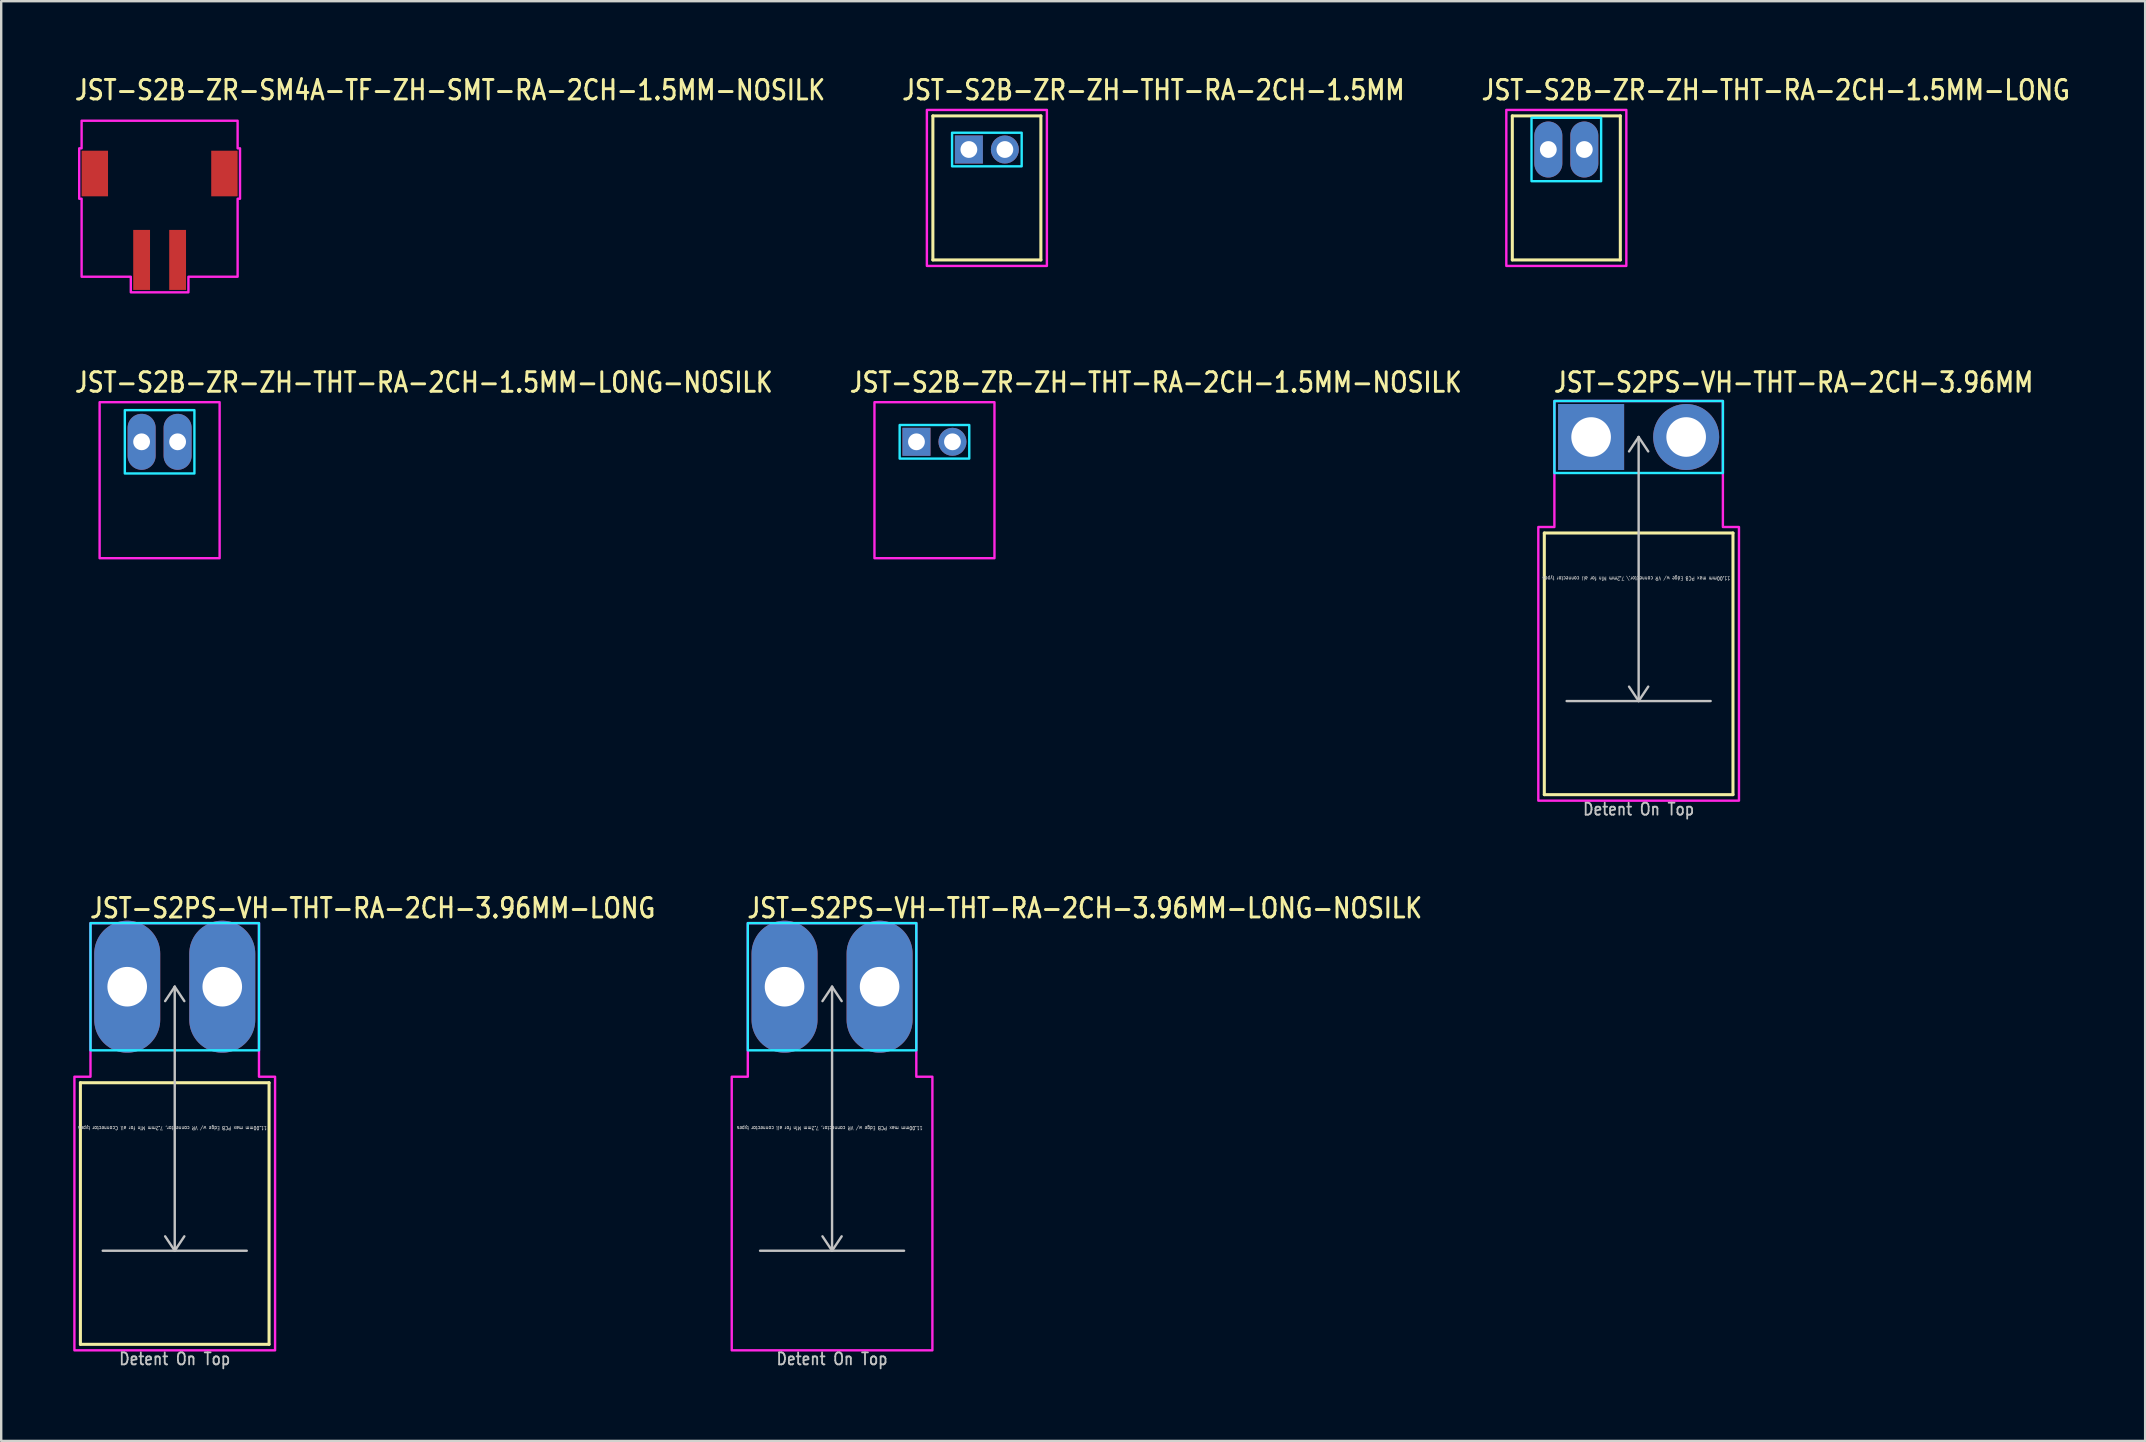
<source format=kicad_pcb>
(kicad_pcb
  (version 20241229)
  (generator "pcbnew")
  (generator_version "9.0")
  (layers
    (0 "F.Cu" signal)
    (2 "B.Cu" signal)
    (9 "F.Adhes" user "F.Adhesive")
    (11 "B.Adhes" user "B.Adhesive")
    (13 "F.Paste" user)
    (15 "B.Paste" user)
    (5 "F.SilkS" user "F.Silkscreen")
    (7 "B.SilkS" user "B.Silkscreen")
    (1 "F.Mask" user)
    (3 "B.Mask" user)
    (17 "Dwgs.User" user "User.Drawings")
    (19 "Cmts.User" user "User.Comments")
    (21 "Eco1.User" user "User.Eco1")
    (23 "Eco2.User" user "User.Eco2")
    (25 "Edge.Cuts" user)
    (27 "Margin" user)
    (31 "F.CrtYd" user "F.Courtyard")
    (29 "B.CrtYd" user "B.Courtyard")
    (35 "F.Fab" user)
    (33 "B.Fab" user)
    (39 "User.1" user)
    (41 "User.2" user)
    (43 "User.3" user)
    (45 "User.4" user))
  (footprint "JST-S2B-ZR-ZH-THT-RA-2CH-1.5MM"
    (layer "F.Cu")
    (at 38.066 3.179)
    (property "Reference" "JST-S2B-ZR-ZH-THT-RA-2CH-1.5MM" (at -3.6 -2 0) (unlocked yes) (layer "F.SilkS") (effects (font (size 0.813 0.695) (thickness 0.122)) (justify left bottom)))
    (fp_line (start -2.25 -1.4) (end 2.25 -1.4) (stroke (width 0.127) (type solid)) (layer "F.SilkS"))
    (fp_line (start -2.25 4.6) (end -2.25 -1.4) (stroke (width 0.127) (type solid)) (layer "F.SilkS"))
    (fp_line (start -2.25 4.6) (end 2.25 4.6) (stroke (width 0.127) (type solid)) (layer "F.SilkS"))
    (fp_line (start 2.25 -1.4) (end 2.25 4.6) (stroke (width 0.127) (type solid)) (layer "F.SilkS"))
    (fp_poly (pts (xy -1.45 -0.7) (xy -1.45 0.7) (xy 1.45 0.7) (xy 1.45 -0.7)) (stroke (width 0.1) (type solid)) (fill no) (layer "B.CrtYd"))
    (fp_poly (pts (xy -2.5 -1.65) (xy -2.5 4.85) (xy 2.5 4.85) (xy 2.5 -1.65)) (stroke (width 0.1) (type solid)) (fill no) (layer "F.CrtYd"))
    (pad "1" thru_hole rect (at -0.75 0) (size 1.167 1.167) (drill 0.7) (layers "*.Cu" "*.Mask"))
    (pad "2" thru_hole oval (at 0.75 0) (size 1.167 1.167) (drill 0.7) (layers "*.Cu" "*.Mask")))
  (footprint "JST-S2PS-VH-THT-RA-2CH-3.96MM-LONG-NOSILK"
    (layer "F.Cu")
    (at 31.616 38.059)
    (property "Reference" "JST-S2PS-VH-THT-RA-2CH-3.96MM-LONG-NOSILK" (at -3.6 -2.8 0) (unlocked yes) (layer "F.SilkS") (effects (font (size 0.813 0.695) (thickness 0.122)) (justify left bottom)))
    (fp_line (start -3 11) (end 3 11) (stroke (width 0.1) (type solid)) (layer "Dwgs.User"))
    (fp_line (start 0 0) (end -0.4 0.6) (stroke (width 0.1) (type solid)) (layer "Dwgs.User"))
    (fp_line (start 0 0) (end 0 11) (stroke (width 0.1) (type solid)) (layer "Dwgs.User"))
    (fp_line (start 0 0) (end 0.4 0.6) (stroke (width 0.1) (type solid)) (layer "Dwgs.User"))
    (fp_line (start 0 11) (end -0.4 10.4) (stroke (width 0.1) (type solid)) (layer "Dwgs.User"))
    (fp_line (start 0 11) (end 0.4 10.4) (stroke (width 0.1) (type solid)) (layer "Dwgs.User"))
    (fp_poly (pts (xy -3.51 -2.65) (xy -3.51 2.65) (xy 3.51 2.65) (xy 3.51 -2.65)) (stroke (width 0.1) (type solid)) (fill no) (layer "B.CrtYd"))
    (fp_poly (pts (xy -4.18 3.75) (xy -4.18 15.15) (xy 4.18 15.15) (xy 4.18 3.75) (xy 3.51 3.75) (xy 3.51 -2.65) (xy -3.51 -2.65) (xy -3.51 3.75)) (stroke (width 0.1) (type solid)) (fill no) (layer "F.CrtYd"))
    (fp_text user "Detent On Top" (at 0 15.8 0) (unlocked yes) (layer "Dwgs.User") (effects (font (size 0.5 0.427) (thickness 0.075)) (justify bottom)))
    (fp_text user "11.00mm max PCB Edge w/ VR connector, 7.2mm Min for all connector types" (at -0.1 5.8 180) (unlocked yes) (layer "Dwgs.User") (effects (font (size 0.15 0.128) (thickness 0.022)) (justify bottom)))
    (pad "1" thru_hole oval (at -1.98 0 90) (size 5.5 2.75) (drill 1.65) (layers "*.Cu" "*.Mask"))
    (pad "2" thru_hole oval (at 1.98 0 90) (size 5.5 2.75) (drill 1.65) (layers "*.Cu" "*.Mask")))
  (footprint "JST-S2PS-VH-THT-RA-2CH-3.96MM-LONG"
    (layer "F.Cu")
    (at 4.23 38.059)
    (property "Reference" "JST-S2PS-VH-THT-RA-2CH-3.96MM-LONG" (at -3.6 -2.8 0) (unlocked yes) (layer "F.SilkS") (effects (font (size 0.813 0.695) (thickness 0.122)) (justify left bottom)))
    (fp_line (start -3.93 4) (end 3.93 4) (stroke (width 0.127) (type solid)) (layer "F.SilkS"))
    (fp_line (start -3.93 14.9) (end -3.93 4) (stroke (width 0.127) (type solid)) (layer "F.SilkS"))
    (fp_line (start -3.93 14.9) (end 3.93 14.9) (stroke (width 0.127) (type solid)) (layer "F.SilkS"))
    (fp_line (start 3.93 4) (end 3.93 14.9) (stroke (width 0.127) (type solid)) (layer "F.SilkS"))
    (fp_line (start -3 11) (end 3 11) (stroke (width 0.1) (type solid)) (layer "Dwgs.User"))
    (fp_line (start 0 0) (end -0.4 0.6) (stroke (width 0.1) (type solid)) (layer "Dwgs.User"))
    (fp_line (start 0 0) (end 0 11) (stroke (width 0.1) (type solid)) (layer "Dwgs.User"))
    (fp_line (start 0 0) (end 0.4 0.6) (stroke (width 0.1) (type solid)) (layer "Dwgs.User"))
    (fp_line (start 0 11) (end -0.4 10.4) (stroke (width 0.1) (type solid)) (layer "Dwgs.User"))
    (fp_line (start 0 11) (end 0.4 10.4) (stroke (width 0.1) (type solid)) (layer "Dwgs.User"))
    (fp_poly (pts (xy -3.51 -2.65) (xy -3.51 2.65) (xy 3.51 2.65) (xy 3.51 -2.65)) (stroke (width 0.1) (type solid)) (fill no) (layer "B.CrtYd"))
    (fp_poly (pts (xy -4.18 3.75) (xy -4.18 15.15) (xy 4.18 15.15) (xy 4.18 3.75) (xy 3.51 3.75) (xy 3.51 -2.65) (xy -3.51 -2.65) (xy -3.51 3.75)) (stroke (width 0.1) (type solid)) (fill no) (layer "F.CrtYd"))
    (fp_text user "Detent On Top" (at 0 15.8 0) (unlocked yes) (layer "Dwgs.User") (effects (font (size 0.5 0.427) (thickness 0.075)) (justify bottom)))
    (fp_text user "11.00mm max PCB Edge w/ VR connector, 7.2mm Min for all Cconnector types" (at -0.1 5.8 180) (unlocked yes) (layer "Dwgs.User") (effects (font (size 0.15 0.128) (thickness 0.022)) (justify bottom)))
    (pad "1" thru_hole oval (at -1.98 0 90) (size 5.5 2.75) (drill 1.65) (layers "*.Cu" "*.Mask"))
    (pad "2" thru_hole oval (at 1.98 0 90) (size 5.5 2.75) (drill 1.65) (layers "*.Cu" "*.Mask")))
  (footprint "JST-S2B-ZR-SM4A-TF-ZH-SMT-RA-2CH-1.5MM-NOSILK"
    (layer "F.Cu")
    (at 3.6 4.179)
    (property "Reference" "JST-S2B-ZR-SM4A-TF-ZH-SMT-RA-2CH-1.5MM-NOSILK" (at -3.6 -3 0) (unlocked yes) (layer "F.SilkS") (effects (font (size 0.813 0.695) (thickness 0.122)) (justify left bottom)))
    (fp_poly (pts (xy -3.25 -2.2) (xy -3.25 -1.05) (xy -3.35 -1.05) (xy -3.35 1.05) (xy -3.25 1.05) (xy -3.25 4.3) (xy -1.2 4.3) (xy -1.2 4.95) (xy 1.2 4.95) (xy 1.2 4.3) (xy 3.25 4.3) (xy 3.25 1.05) (xy 3.35 1.05) (xy 3.35 -1.05) (xy 3.25 -1.05) (xy 3.25 -2.2)) (stroke (width 0.1) (type solid)) (fill no) (layer "F.CrtYd"))
    (pad "1" smd rect (at 0.75 3.6) (size 0.7 2.5) (layers "F.Cu" "F.Mask" "F.Paste"))
    (pad "2" smd rect (at -0.75 3.6) (size 0.7 2.5) (layers "F.Cu" "F.Mask" "F.Paste"))
    (pad "S_1" smd rect (at -2.7 0) (size 1.1 1.9) (layers "F.Cu" "F.Mask" "F.Paste"))
    (pad "S_2" smd rect (at 2.7 0) (size 1.1 1.9) (layers "F.Cu" "F.Mask" "F.Paste")))
  (footprint "JST-S2B-ZR-ZH-THT-RA-2CH-1.5MM-NOSILK"
    (layer "F.Cu")
    (at 35.882 15.357)
    (property "Reference" "JST-S2B-ZR-ZH-THT-RA-2CH-1.5MM-NOSILK" (at -3.6 -2 0) (unlocked yes) (layer "F.SilkS") (effects (font (size 0.813 0.695) (thickness 0.122)) (justify left bottom)))
    (fp_poly (pts (xy -1.45 -0.7) (xy -1.45 0.7) (xy 1.45 0.7) (xy 1.45 -0.7)) (stroke (width 0.1) (type solid)) (fill no) (layer "B.CrtYd"))
    (fp_poly (pts (xy -2.5 -1.65) (xy -2.5 4.85) (xy 2.5 4.85) (xy 2.5 -1.65)) (stroke (width 0.1) (type solid)) (fill no) (layer "F.CrtYd"))
    (pad "1" thru_hole rect (at -0.75 0) (size 1.167 1.167) (drill 0.7) (layers "*.Cu" "*.Mask"))
    (pad "2" thru_hole oval (at 0.75 0) (size 1.167 1.167) (drill 0.7) (layers "*.Cu" "*.Mask")))
  (footprint "JST-S2B-ZR-ZH-THT-RA-2CH-1.5MM-LONG-NOSILK"
    (layer "F.Cu")
    (at 3.6 15.357)
    (property "Reference" "JST-S2B-ZR-ZH-THT-RA-2CH-1.5MM-LONG-NOSILK" (at -3.6 -2 0) (unlocked yes) (layer "F.SilkS") (effects (font (size 0.813 0.695) (thickness 0.122)) (justify left bottom)))
    (fp_poly (pts (xy -1.45 -1.32) (xy -1.45 1.32) (xy 1.45 1.32) (xy 1.45 -1.32)) (stroke (width 0.1) (type solid)) (fill no) (layer "B.CrtYd"))
    (fp_poly (pts (xy -2.5 -1.65) (xy -2.5 4.85) (xy 2.5 4.85) (xy 2.5 -1.65)) (stroke (width 0.1) (type solid)) (fill no) (layer "F.CrtYd"))
    (pad "1" thru_hole oval (at -0.75 0 90) (size 2.333 1.167) (drill 0.7) (layers "*.Cu" "*.Mask"))
    (pad "2" thru_hole oval (at 0.75 0 90) (size 2.333 1.167) (drill 0.7) (layers "*.Cu" "*.Mask")))
  (footprint "JST-S2B-ZR-ZH-THT-RA-2CH-1.5MM-LONG"
    (layer "F.Cu")
    (at 62.207 3.179)
    (property "Reference" "JST-S2B-ZR-ZH-THT-RA-2CH-1.5MM-LONG" (at -3.6 -2 0) (unlocked yes) (layer "F.SilkS") (effects (font (size 0.813 0.695) (thickness 0.122)) (justify left bottom)))
    (fp_line (start -2.25 -1.4) (end 2.25 -1.4) (stroke (width 0.127) (type solid)) (layer "F.SilkS"))
    (fp_line (start -2.25 4.6) (end -2.25 -1.4) (stroke (width 0.127) (type solid)) (layer "F.SilkS"))
    (fp_line (start -2.25 4.6) (end 2.25 4.6) (stroke (width 0.127) (type solid)) (layer "F.SilkS"))
    (fp_line (start 2.25 -1.4) (end 2.25 4.6) (stroke (width 0.127) (type solid)) (layer "F.SilkS"))
    (fp_poly (pts (xy -1.45 -1.32) (xy -1.45 1.32) (xy 1.45 1.32) (xy 1.45 -1.32)) (stroke (width 0.1) (type solid)) (fill no) (layer "B.CrtYd"))
    (fp_poly (pts (xy -2.5 -1.65) (xy -2.5 4.85) (xy 2.5 4.85) (xy 2.5 -1.65)) (stroke (width 0.1) (type solid)) (fill no) (layer "F.CrtYd"))
    (pad "1" thru_hole oval (at -0.75 0 90) (size 2.333 1.167) (drill 0.7) (layers "*.Cu" "*.Mask"))
    (pad "2" thru_hole oval (at 0.75 0 90) (size 2.333 1.167) (drill 0.7) (layers "*.Cu" "*.Mask")))
  (footprint "JST-S2PS-VH-THT-RA-2CH-3.96MM"
    (layer "F.Cu")
    (at 65.22 15.157)
    (property "Reference" "JST-S2PS-VH-THT-RA-2CH-3.96MM" (at -3.6 -1.8 0) (unlocked yes) (layer "F.SilkS") (effects (font (size 0.813 0.695) (thickness 0.122)) (justify left bottom)))
    (fp_line (start -3.93 4) (end 3.93 4) (stroke (width 0.127) (type solid)) (layer "F.SilkS"))
    (fp_line (start -3.93 14.9) (end -3.93 4) (stroke (width 0.127) (type solid)) (layer "F.SilkS"))
    (fp_line (start -3.93 14.9) (end 3.93 14.9) (stroke (width 0.127) (type solid)) (layer "F.SilkS"))
    (fp_line (start 3.93 4) (end 3.93 14.9) (stroke (width 0.127) (type solid)) (layer "F.SilkS"))
    (fp_line (start -3 11) (end 3 11) (stroke (width 0.1) (type solid)) (layer "Dwgs.User"))
    (fp_line (start 0 0) (end -0.4 0.6) (stroke (width 0.1) (type solid)) (layer "Dwgs.User"))
    (fp_line (start 0 0) (end 0 11) (stroke (width 0.1) (type solid)) (layer "Dwgs.User"))
    (fp_line (start 0 0) (end 0.4 0.6) (stroke (width 0.1) (type solid)) (layer "Dwgs.User"))
    (fp_line (start 0 11) (end -0.4 10.4) (stroke (width 0.1) (type solid)) (layer "Dwgs.User"))
    (fp_line (start 0 11) (end 0.4 10.4) (stroke (width 0.1) (type solid)) (layer "Dwgs.User"))
    (fp_poly (pts (xy -3.51 -1.5) (xy -3.51 1.5) (xy 3.51 1.5) (xy 3.51 -1.5)) (stroke (width 0.1) (type solid)) (fill no) (layer "B.CrtYd"))
    (fp_poly (pts (xy -4.18 3.75) (xy -4.18 15.15) (xy 4.18 15.15) (xy 4.18 3.75) (xy 3.51 3.75) (xy 3.51 -1.5) (xy -3.51 -1.5) (xy -3.51 3.75)) (stroke (width 0.1) (type solid)) (fill no) (layer "F.CrtYd"))
    (fp_text user "Detent On Top" (at 0 15.8 0) (unlocked yes) (layer "Dwgs.User") (effects (font (size 0.5 0.427) (thickness 0.075)) (justify bottom)))
    (fp_text user "11.00mm max PCB Edge w/ VR connector,\\ 7.2mm Min for all connector types" (at -0.1 5.8 180) (unlocked yes) (layer "Dwgs.User") (effects (font (size 0.15 0.128) (thickness 0.022)) (justify bottom)))
    (pad "1" thru_hole rect (at -1.98 0) (size 2.75 2.75) (drill 1.65) (layers "*.Cu" "*.Mask"))
    (pad "2" thru_hole oval (at 1.98 0) (size 2.75 2.75) (drill 1.65) (layers "*.Cu" "*.Mask")))
  (gr_rect
    (start -3 -3)
    (end 86.323 56.982)
    (stroke (width 0.1) (type default))
    (fill no)
    (layer "Edge.Cuts")))
</source>
